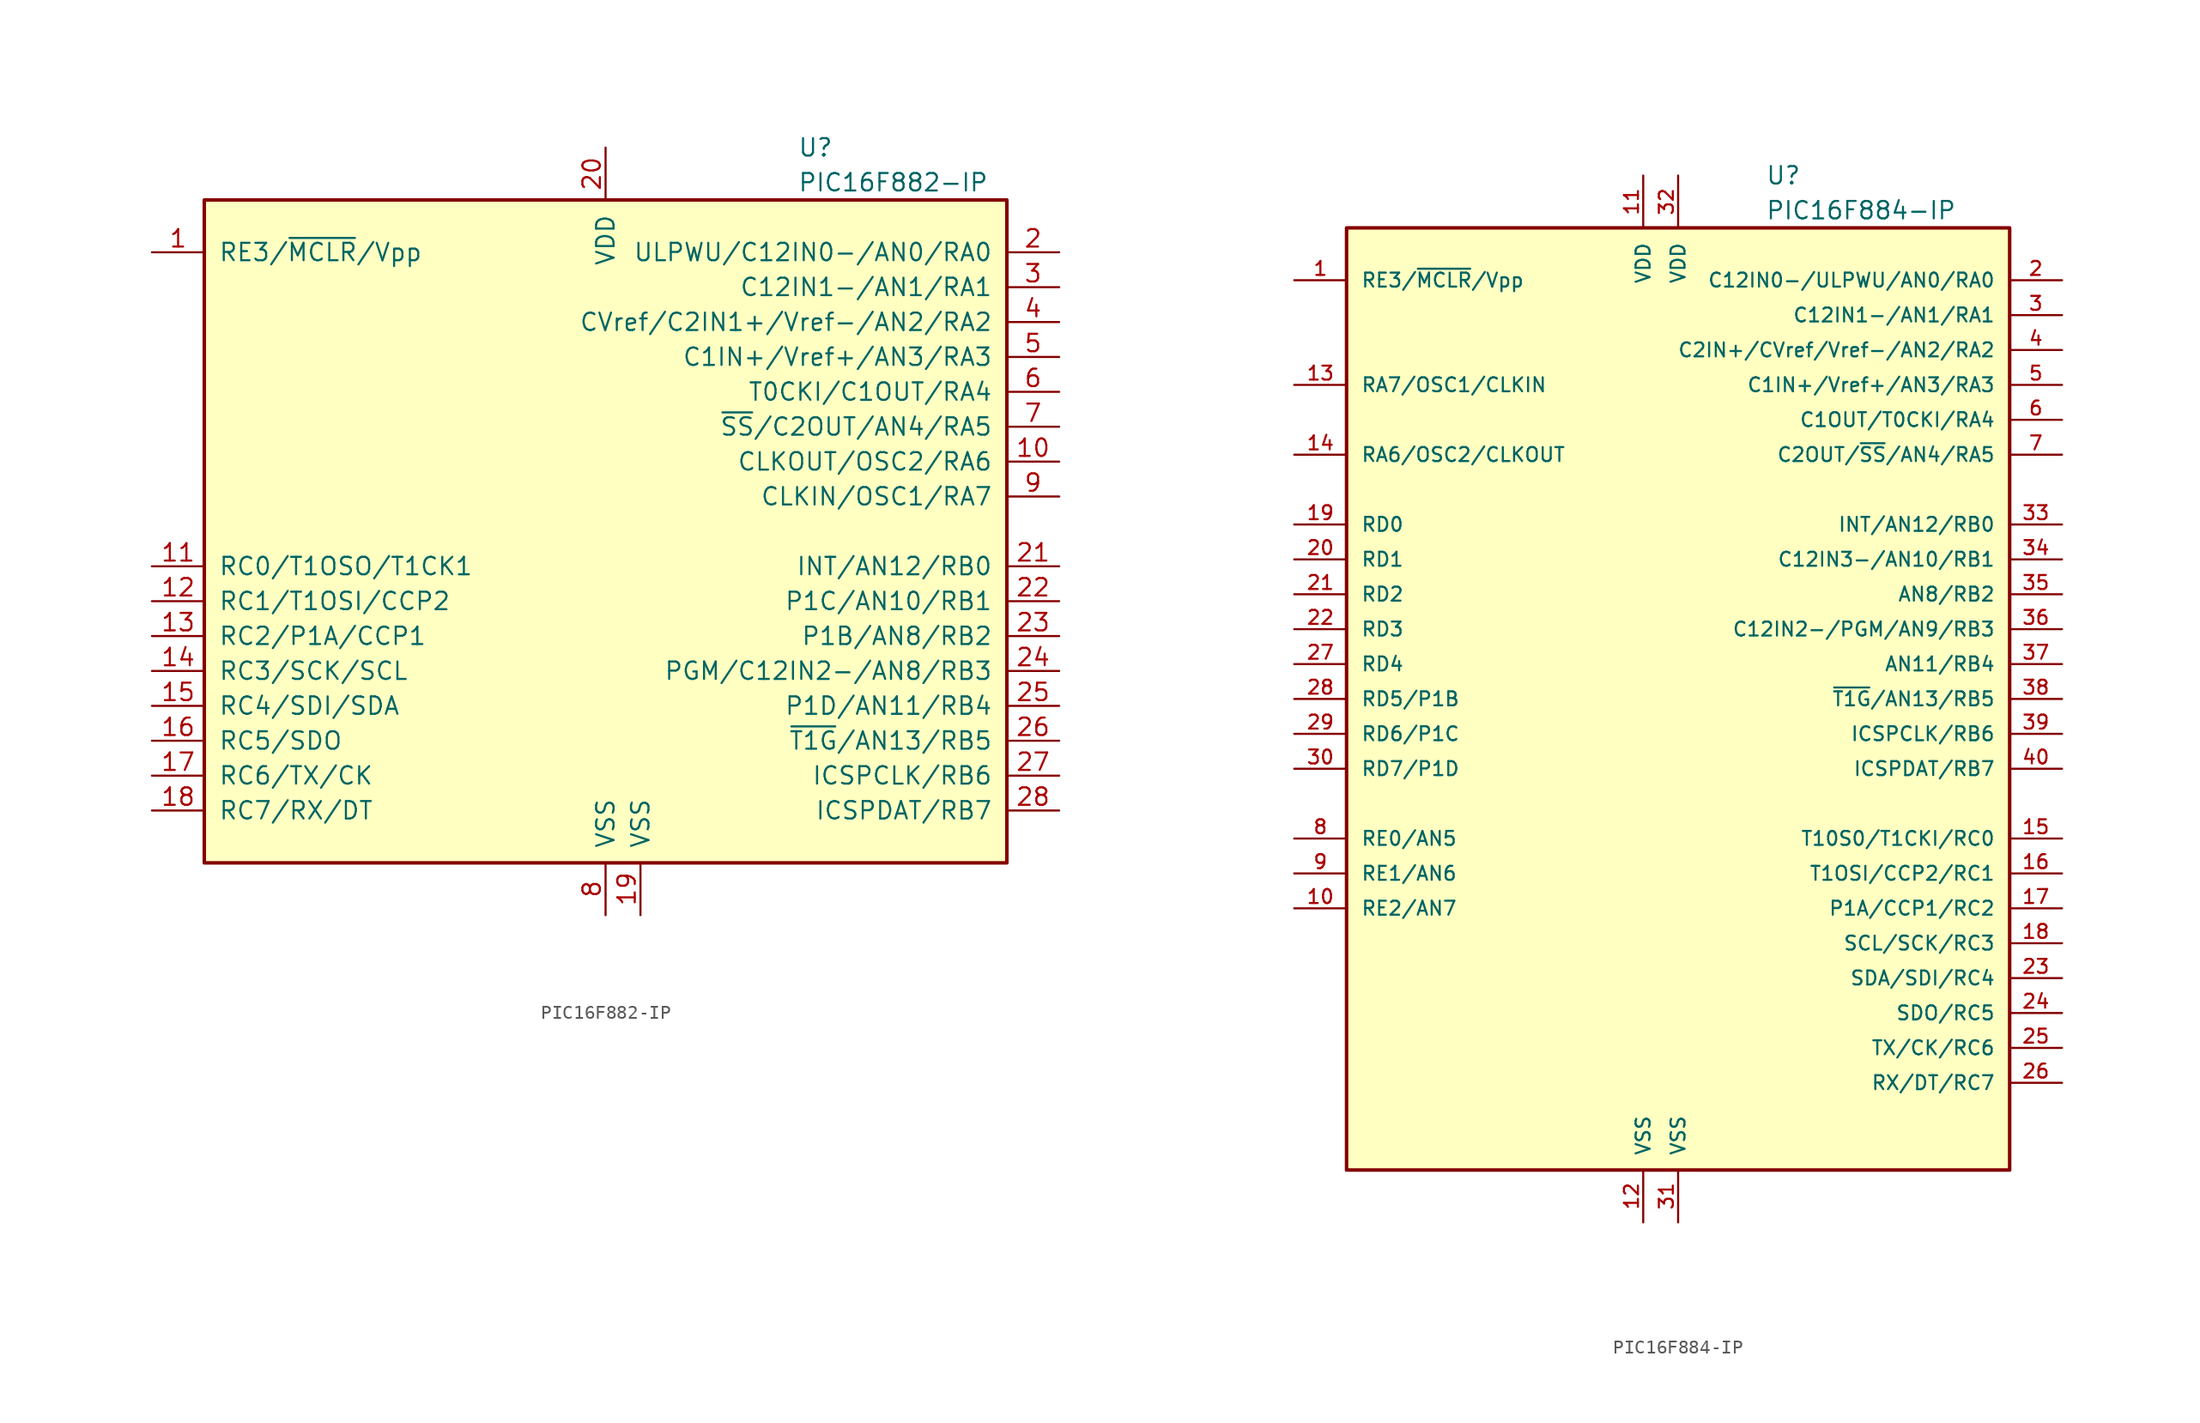
<source format=kicad_sym>
(kicad_symbol_lib
  (version 20241209)
  (generator "kicad_symbol_editor")
  (generator_version "9.0")
  (symbol "PIC16F882-IP"
    (pin_names
      (offset 1.016))
    (property "Reference" "U"
      (at 13.97 27.94 0)
      (effects (font (size 1.27 1.27)) (justify left)))
    (property "Value" "PIC16F882-IP"
      (at 13.97 25.4 0)
      (effects (font (size 1.27 1.27)) (justify left)))
    (symbol "PIC16F882-IP_0_1"
      (rectangle (start -29.21 24.13) (end 29.21 -24.13) (stroke (width 0.254) (type default)) (fill (type background))))
    (symbol "PIC16F882-IP_1_1"
      (pin bidirectional line (at -33.02 20.32 0) (length 3.81) (name "RE3/~{MCLR}/Vpp" (effects (font (size 1.27 1.27)))) (number "1" (effects (font (size 1.27 1.27)))))
      (pin bidirectional line (at -33.02 -2.54 0) (length 3.81) (name "RC0/T1OSO/T1CK1" (effects (font (size 1.27 1.27)))) (number "11" (effects (font (size 1.27 1.27)))))
      (pin bidirectional line (at -33.02 -5.08 0) (length 3.81) (name "RC1/T1OSI/CCP2" (effects (font (size 1.27 1.27)))) (number "12" (effects (font (size 1.27 1.27)))))
      (pin bidirectional line (at -33.02 -7.62 0) (length 3.81) (name "RC2/P1A/CCP1" (effects (font (size 1.27 1.27)))) (number "13" (effects (font (size 1.27 1.27)))))
      (pin bidirectional line (at -33.02 -10.16 0) (length 3.81) (name "RC3/SCK/SCL" (effects (font (size 1.27 1.27)))) (number "14" (effects (font (size 1.27 1.27)))))
      (pin bidirectional line (at -33.02 -12.7 0) (length 3.81) (name "RC4/SDI/SDA" (effects (font (size 1.27 1.27)))) (number "15" (effects (font (size 1.27 1.27)))))
      (pin bidirectional line (at -33.02 -15.24 0) (length 3.81) (name "RC5/SDO" (effects (font (size 1.27 1.27)))) (number "16" (effects (font (size 1.27 1.27)))))
      (pin bidirectional line (at -33.02 -17.78 0) (length 3.81) (name "RC6/TX/CK" (effects (font (size 1.27 1.27)))) (number "17" (effects (font (size 1.27 1.27)))))
      (pin bidirectional line (at -33.02 -20.32 0) (length 3.81) (name "RC7/RX/DT" (effects (font (size 1.27 1.27)))) (number "18" (effects (font (size 1.27 1.27)))))
      (pin power_in line (at 0 27.94 270) (length 3.81) (name "VDD" (effects (font (size 1.27 1.27)))) (number "20" (effects (font (size 1.27 1.27)))))
      (pin power_in line (at 0 -27.94 90) (length 3.81) (name "VSS" (effects (font (size 1.27 1.27)))) (number "8" (effects (font (size 1.27 1.27)))))
      (pin power_in line (at 2.54 -27.94 90) (length 3.81) (name "VSS" (effects (font (size 1.27 1.27)))) (number "19" (effects (font (size 1.27 1.27)))))
      (pin bidirectional line (at 33.02 20.32 180) (length 3.81) (name "ULPWU/C12IN0-/AN0/RA0" (effects (font (size 1.27 1.27)))) (number "2" (effects (font (size 1.27 1.27)))))
      (pin bidirectional line (at 33.02 17.78 180) (length 3.81) (name "C12IN1-/AN1/RA1" (effects (font (size 1.27 1.27)))) (number "3" (effects (font (size 1.27 1.27)))))
      (pin bidirectional line (at 33.02 15.24 180) (length 3.81) (name "CVref/C2IN1+/Vref-/AN2/RA2" (effects (font (size 1.27 1.27)))) (number "4" (effects (font (size 1.27 1.27)))))
      (pin bidirectional line (at 33.02 12.7 180) (length 3.81) (name "C1IN+/Vref+/AN3/RA3" (effects (font (size 1.27 1.27)))) (number "5" (effects (font (size 1.27 1.27)))))
      (pin bidirectional line (at 33.02 10.16 180) (length 3.81) (name "T0CKI/C1OUT/RA4" (effects (font (size 1.27 1.27)))) (number "6" (effects (font (size 1.27 1.27)))))
      (pin bidirectional line (at 33.02 7.62 180) (length 3.81) (name "~{SS}/C2OUT/AN4/RA5" (effects (font (size 1.27 1.27)))) (number "7" (effects (font (size 1.27 1.27)))))
      (pin bidirectional line (at 33.02 5.08 180) (length 3.81) (name "CLKOUT/OSC2/RA6" (effects (font (size 1.27 1.27)))) (number "10" (effects (font (size 1.27 1.27)))))
      (pin input line (at 33.02 2.54 180) (length 3.81) (name "CLKIN/OSC1/RA7" (effects (font (size 1.27 1.27)))) (number "9" (effects (font (size 1.27 1.27)))))
      (pin bidirectional line (at 33.02 -2.54 180) (length 3.81) (name "INT/AN12/RB0" (effects (font (size 1.27 1.27)))) (number "21" (effects (font (size 1.27 1.27)))))
      (pin bidirectional line (at 33.02 -5.08 180) (length 3.81) (name "P1C/AN10/RB1" (effects (font (size 1.27 1.27)))) (number "22" (effects (font (size 1.27 1.27)))))
      (pin bidirectional line (at 33.02 -7.62 180) (length 3.81) (name "P1B/AN8/RB2" (effects (font (size 1.27 1.27)))) (number "23" (effects (font (size 1.27 1.27)))))
      (pin bidirectional line (at 33.02 -10.16 180) (length 3.81) (name "PGM/C12IN2-/AN8/RB3" (effects (font (size 1.27 1.27)))) (number "24" (effects (font (size 1.27 1.27)))))
      (pin bidirectional line (at 33.02 -12.7 180) (length 3.81) (name "P1D/AN11/RB4" (effects (font (size 1.27 1.27)))) (number "25" (effects (font (size 1.27 1.27)))))
      (pin bidirectional line (at 33.02 -15.24 180) (length 3.81) (name "~{T1G}/AN13/RB5" (effects (font (size 1.27 1.27)))) (number "26" (effects (font (size 1.27 1.27)))))
      (pin bidirectional line (at 33.02 -17.78 180) (length 3.81) (name "ICSPCLK/RB6" (effects (font (size 1.27 1.27)))) (number "27" (effects (font (size 1.27 1.27)))))
      (pin bidirectional line (at 33.02 -20.32 180) (length 3.81) (name "ICSPDAT/RB7" (effects (font (size 1.27 1.27)))) (number "28" (effects (font (size 1.27 1.27)))))))
  (symbol "PIC16F884-IP"
    (pin_names
      (offset 1.016))
    (property "Reference" "U"
      (at 6.35 38.1 0)
      (effects (font (size 1.27 1.27)) (justify left)))
    (property "Value" "PIC16F884-IP"
      (at 6.35 35.56 0)
      (effects (font (size 1.27 1.27)) (justify left)))
    (symbol "PIC16F884-IP_0_1"
      (rectangle (start -24.13 -34.29) (end 24.13 34.29) (stroke (width 0.254) (type default)) (fill (type background))))
    (symbol "PIC16F884-IP_1_1"
      (pin input line (at -27.94 30.48 0) (length 3.81) (name "RE3/~{MCLR}/Vpp" (effects (font (size 1.016 1.016)))) (number "1" (effects (font (size 1.016 1.016)))))
      (pin bidirectional line (at -27.94 22.86 0) (length 3.81) (name "RA7/OSC1/CLKIN" (effects (font (size 1.016 1.016)))) (number "13" (effects (font (size 1.016 1.016)))))
      (pin bidirectional line (at -27.94 17.78 0) (length 3.81) (name "RA6/OSC2/CLKOUT" (effects (font (size 1.016 1.016)))) (number "14" (effects (font (size 1.016 1.016)))))
      (pin bidirectional line (at -27.94 12.7 0) (length 3.81) (name "RD0" (effects (font (size 1.016 1.016)))) (number "19" (effects (font (size 1.016 1.016)))))
      (pin bidirectional line (at -27.94 10.16 0) (length 3.81) (name "RD1" (effects (font (size 1.016 1.016)))) (number "20" (effects (font (size 1.016 1.016)))))
      (pin bidirectional line (at -27.94 7.62 0) (length 3.81) (name "RD2" (effects (font (size 1.016 1.016)))) (number "21" (effects (font (size 1.016 1.016)))))
      (pin bidirectional line (at -27.94 5.08 0) (length 3.81) (name "RD3" (effects (font (size 1.016 1.016)))) (number "22" (effects (font (size 1.016 1.016)))))
      (pin bidirectional line (at -27.94 2.54 0) (length 3.81) (name "RD4" (effects (font (size 1.016 1.016)))) (number "27" (effects (font (size 1.016 1.016)))))
      (pin bidirectional line (at -27.94 0 0) (length 3.81) (name "RD5/P1B" (effects (font (size 1.016 1.016)))) (number "28" (effects (font (size 1.016 1.016)))))
      (pin bidirectional line (at -27.94 -2.54 0) (length 3.81) (name "RD6/P1C" (effects (font (size 1.016 1.016)))) (number "29" (effects (font (size 1.016 1.016)))))
      (pin bidirectional line (at -27.94 -5.08 0) (length 3.81) (name "RD7/P1D" (effects (font (size 1.016 1.016)))) (number "30" (effects (font (size 1.016 1.016)))))
      (pin bidirectional line (at -27.94 -10.16 0) (length 3.81) (name "RE0/AN5" (effects (font (size 1.016 1.016)))) (number "8" (effects (font (size 1.016 1.016)))))
      (pin bidirectional line (at -27.94 -12.7 0) (length 3.81) (name "RE1/AN6" (effects (font (size 1.016 1.016)))) (number "9" (effects (font (size 1.016 1.016)))))
      (pin bidirectional line (at -27.94 -15.24 0) (length 3.81) (name "RE2/AN7" (effects (font (size 1.016 1.016)))) (number "10" (effects (font (size 1.016 1.016)))))
      (pin power_in line (at -2.54 38.1 270) (length 3.81) (name "VDD" (effects (font (size 1.016 1.016)))) (number "11" (effects (font (size 1.016 1.016)))))
      (pin power_in line (at -2.54 -38.1 90) (length 3.81) (name "VSS" (effects (font (size 1.016 1.016)))) (number "12" (effects (font (size 1.016 1.016)))))
      (pin power_in line (at 0 38.1 270) (length 3.81) (name "VDD" (effects (font (size 1.016 1.016)))) (number "32" (effects (font (size 1.016 1.016)))))
      (pin power_in line (at 0 -38.1 90) (length 3.81) (name "VSS" (effects (font (size 1.016 1.016)))) (number "31" (effects (font (size 1.016 1.016)))))
      (pin bidirectional line (at 27.94 30.48 180) (length 3.81) (name "C12IN0-/ULPWU/AN0/RA0" (effects (font (size 1.016 1.016)))) (number "2" (effects (font (size 1.016 1.016)))))
      (pin bidirectional line (at 27.94 27.94 180) (length 3.81) (name "C12IN1-/AN1/RA1" (effects (font (size 1.016 1.016)))) (number "3" (effects (font (size 1.016 1.016)))))
      (pin bidirectional line (at 27.94 25.4 180) (length 3.81) (name "C2IN+/CVref/Vref-/AN2/RA2" (effects (font (size 1.016 1.016)))) (number "4" (effects (font (size 1.016 1.016)))))
      (pin bidirectional line (at 27.94 22.86 180) (length 3.81) (name "C1IN+/Vref+/AN3/RA3" (effects (font (size 1.016 1.016)))) (number "5" (effects (font (size 1.016 1.016)))))
      (pin bidirectional line (at 27.94 20.32 180) (length 3.81) (name "C1OUT/T0CKI/RA4" (effects (font (size 1.016 1.016)))) (number "6" (effects (font (size 1.016 1.016)))))
      (pin bidirectional line (at 27.94 17.78 180) (length 3.81) (name "C2OUT/~{SS}/AN4/RA5" (effects (font (size 1.016 1.016)))) (number "7" (effects (font (size 1.016 1.016)))))
      (pin bidirectional line (at 27.94 12.7 180) (length 3.81) (name "INT/AN12/RB0" (effects (font (size 1.016 1.016)))) (number "33" (effects (font (size 1.016 1.016)))))
      (pin bidirectional line (at 27.94 10.16 180) (length 3.81) (name "C12IN3-/AN10/RB1" (effects (font (size 1.016 1.016)))) (number "34" (effects (font (size 1.016 1.016)))))
      (pin bidirectional line (at 27.94 7.62 180) (length 3.81) (name "AN8/RB2" (effects (font (size 1.016 1.016)))) (number "35" (effects (font (size 1.016 1.016)))))
      (pin bidirectional line (at 27.94 5.08 180) (length 3.81) (name "C12IN2-/PGM/AN9/RB3" (effects (font (size 1.016 1.016)))) (number "36" (effects (font (size 1.016 1.016)))))
      (pin bidirectional line (at 27.94 2.54 180) (length 3.81) (name "AN11/RB4" (effects (font (size 1.016 1.016)))) (number "37" (effects (font (size 1.016 1.016)))))
      (pin bidirectional line (at 27.94 0 180) (length 3.81) (name "~{T1G}/AN13/RB5" (effects (font (size 1.016 1.016)))) (number "38" (effects (font (size 1.016 1.016)))))
      (pin bidirectional line (at 27.94 -2.54 180) (length 3.81) (name "ICSPCLK/RB6" (effects (font (size 1.016 1.016)))) (number "39" (effects (font (size 1.016 1.016)))))
      (pin bidirectional line (at 27.94 -5.08 180) (length 3.81) (name "ICSPDAT/RB7" (effects (font (size 1.016 1.016)))) (number "40" (effects (font (size 1.016 1.016)))))
      (pin bidirectional line (at 27.94 -10.16 180) (length 3.81) (name "T10S0/T1CKI/RC0" (effects (font (size 1.016 1.016)))) (number "15" (effects (font (size 1.016 1.016)))))
      (pin bidirectional line (at 27.94 -12.7 180) (length 3.81) (name "T1OSI/CCP2/RC1" (effects (font (size 1.016 1.016)))) (number "16" (effects (font (size 1.016 1.016)))))
      (pin bidirectional line (at 27.94 -15.24 180) (length 3.81) (name "P1A/CCP1/RC2" (effects (font (size 1.016 1.016)))) (number "17" (effects (font (size 1.016 1.016)))))
      (pin bidirectional line (at 27.94 -17.78 180) (length 3.81) (name "SCL/SCK/RC3" (effects (font (size 1.016 1.016)))) (number "18" (effects (font (size 1.016 1.016)))))
      (pin bidirectional line (at 27.94 -20.32 180) (length 3.81) (name "SDA/SDI/RC4" (effects (font (size 1.016 1.016)))) (number "23" (effects (font (size 1.016 1.016)))))
      (pin bidirectional line (at 27.94 -22.86 180) (length 3.81) (name "SDO/RC5" (effects (font (size 1.016 1.016)))) (number "24" (effects (font (size 1.016 1.016)))))
      (pin bidirectional line (at 27.94 -25.4 180) (length 3.81) (name "TX/CK/RC6" (effects (font (size 1.016 1.016)))) (number "25" (effects (font (size 1.016 1.016)))))
      (pin bidirectional line (at 27.94 -27.94 180) (length 3.81) (name "RX/DT/RC7" (effects (font (size 1.016 1.016)))) (number "26" (effects (font (size 1.016 1.016))))))))
</source>
